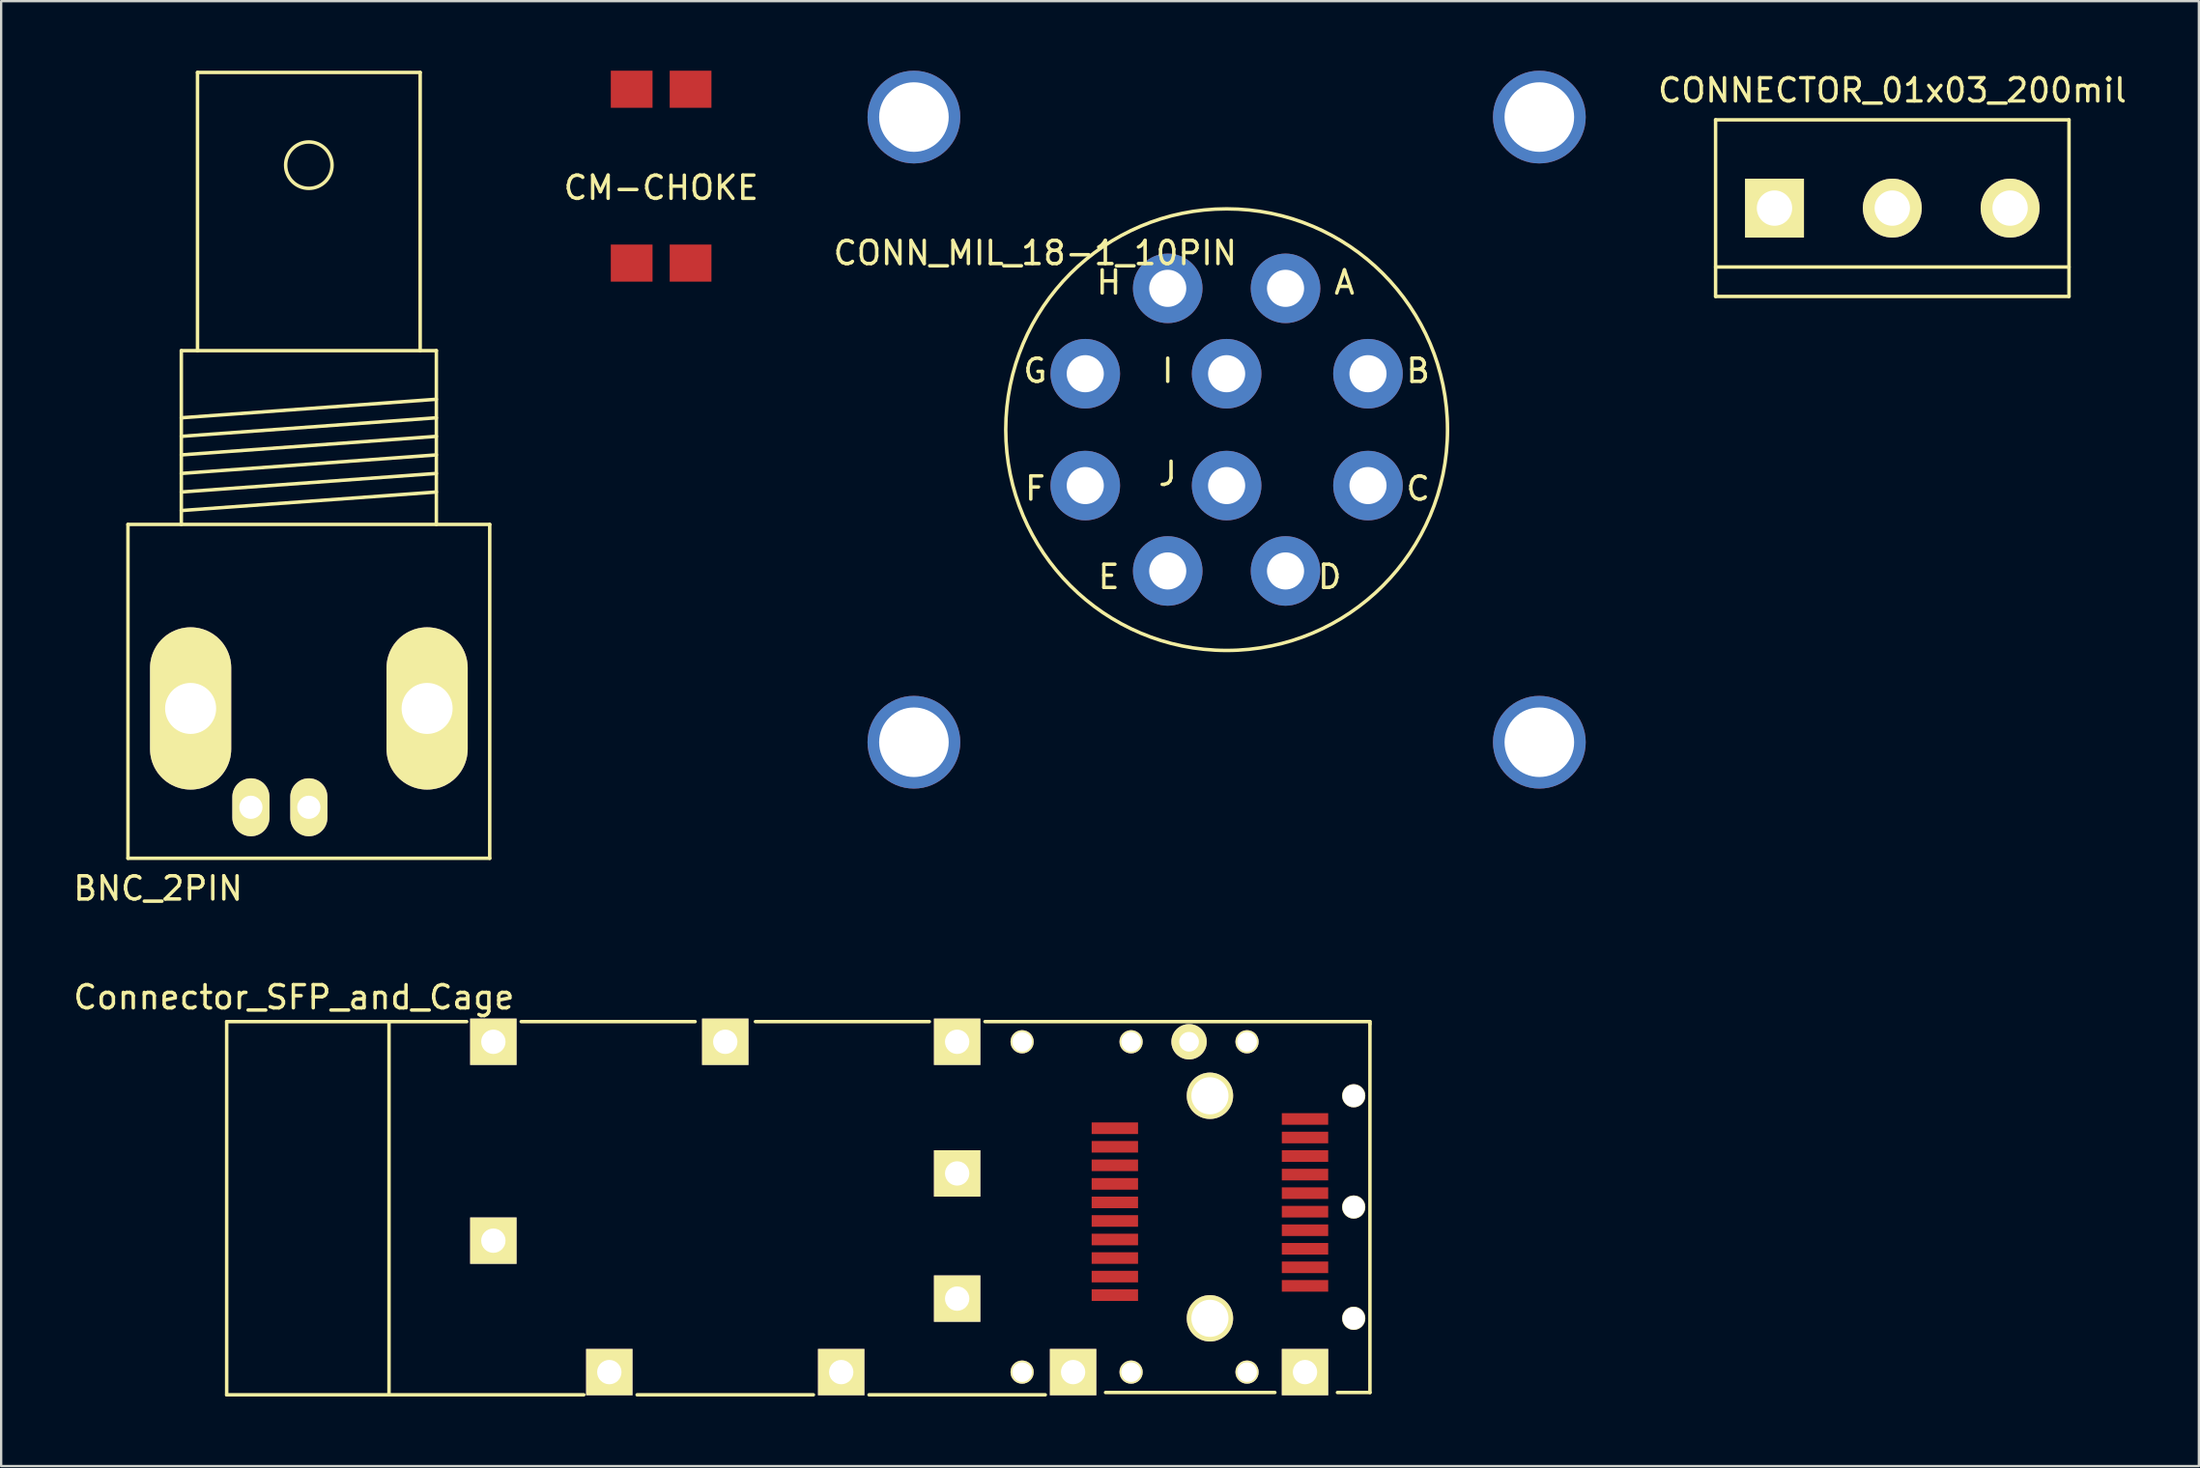
<source format=kicad_pcb>
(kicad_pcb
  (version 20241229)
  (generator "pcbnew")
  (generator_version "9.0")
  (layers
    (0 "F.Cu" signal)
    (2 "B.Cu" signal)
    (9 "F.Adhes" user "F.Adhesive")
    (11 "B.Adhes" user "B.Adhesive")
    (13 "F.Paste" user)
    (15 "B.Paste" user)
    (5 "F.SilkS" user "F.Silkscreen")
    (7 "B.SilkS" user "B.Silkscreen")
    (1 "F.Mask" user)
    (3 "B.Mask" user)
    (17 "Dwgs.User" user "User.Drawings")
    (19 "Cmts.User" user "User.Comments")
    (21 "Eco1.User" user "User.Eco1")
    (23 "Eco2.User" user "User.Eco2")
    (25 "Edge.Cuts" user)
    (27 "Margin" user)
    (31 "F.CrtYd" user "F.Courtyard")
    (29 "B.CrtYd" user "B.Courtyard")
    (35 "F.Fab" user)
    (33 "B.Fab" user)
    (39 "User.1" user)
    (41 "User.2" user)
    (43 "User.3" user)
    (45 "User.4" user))
  (footprint "Connector_SFP_and_Cage"
    (layer "F.Cu")
    (at 48.225 53.822)
    (property "Reference" "Connector_SFP_and_Cage" (at -38.6 -13.85 0) (layer "F.SilkS") (effects (font (size 1 1) (thickness 0.15))))
    (attr through_hole)
    (fp_line (start -41.5 -12.8) (end -41.5 3.3) (stroke (width 0.15) (type solid)) (layer "F.SilkS"))
    (fp_line (start -34.5 3.3) (end -41.5 3.3) (stroke (width 0.15) (type solid)) (layer "F.SilkS"))
    (fp_line (start -34.5 3.3) (end -34.5 -12.8) (stroke (width 0.15) (type solid)) (layer "F.SilkS"))
    (fp_line (start -31.15 -12.8) (end -41.5 -12.8) (stroke (width 0.15) (type solid)) (layer "F.SilkS"))
    (fp_line (start -26.1 3.3) (end -34.5 3.3) (stroke (width 0.15) (type solid)) (layer "F.SilkS"))
    (fp_line (start -23.8 3.3) (end -16.2 3.3) (stroke (width 0.15) (type solid)) (layer "F.SilkS"))
    (fp_line (start -21.3 -12.8) (end -28.8 -12.8) (stroke (width 0.15) (type solid)) (layer "F.SilkS"))
    (fp_line (start -13.8 3.3) (end -6.2 3.3) (stroke (width 0.15) (type solid)) (layer "F.SilkS"))
    (fp_line (start -11.2 -12.8) (end -18.7 -12.8) (stroke (width 0.15) (type solid)) (layer "F.SilkS"))
    (fp_line (start -3.6 3.2) (end 3.7 3.2) (stroke (width 0.15) (type solid)) (layer "F.SilkS"))
    (fp_line (start 6.4 3.2) (end 7.8 3.2) (stroke (width 0.15) (type solid)) (layer "F.SilkS"))
    (fp_line (start 7.8 -12.8) (end -8.8 -12.8) (stroke (width 0.15) (type solid)) (layer "F.SilkS"))
    (fp_line (start 7.8 -12.7) (end 7.8 -12.8) (stroke (width 0.15) (type solid)) (layer "F.SilkS"))
    (fp_line (start 7.8 3.2) (end 7.8 -12.7) (stroke (width 0.15) (type solid)) (layer "F.SilkS"))
    (pad "" np_thru_hole circle (at -7.2 -11.93) (size 1 1) (drill 0.85) (layers "*.Cu" "*.Mask" "F.SilkS"))
    (pad "" np_thru_hole circle (at -7.2 2.32) (size 1 1) (drill 0.85) (layers "*.Cu" "*.Mask" "F.SilkS"))
    (pad "" np_thru_hole circle (at -2.5 -11.93) (size 1 1) (drill 0.85) (layers "*.Cu" "*.Mask" "F.SilkS"))
    (pad "" np_thru_hole circle (at -2.5 2.32) (size 1 1) (drill 0.85) (layers "*.Cu" "*.Mask" "F.SilkS"))
    (pad "" np_thru_hole circle (at 0 -11.93) (size 1.524 1.524) (drill 0.85) (layers "*.Cu" "*.Mask" "F.SilkS"))
    (pad "" np_thru_hole circle (at 0.9 -9.6) (size 2 2) (drill 1.6) (layers "*.Cu" "*.Mask" "F.SilkS"))
    (pad "" np_thru_hole circle (at 0.9 0) (size 2 2) (drill 1.6) (layers "*.Cu" "*.Mask" "F.SilkS"))
    (pad "" np_thru_hole circle (at 2.5 -11.93) (size 1 1) (drill 0.85) (layers "*.Cu" "*.Mask" "F.SilkS"))
    (pad "" np_thru_hole circle (at 2.5 2.32) (size 1 1) (drill 0.85) (layers "*.Cu" "*.Mask" "F.SilkS"))
    (pad "" np_thru_hole circle (at 7.1 -9.6) (size 1 1) (drill 0.95) (layers "*.Cu" "*.Mask" "F.SilkS"))
    (pad "" np_thru_hole circle (at 7.1 -4.8) (size 1 1) (drill 0.95) (layers "*.Cu" "*.Mask" "F.SilkS"))
    (pad "" np_thru_hole circle (at 7.1 0) (size 1 1) (drill 0.95) (layers "*.Cu" "*.Mask" "F.SilkS"))
    (pad "1" smd rect (at -3.2 -8.2) (size 2 0.5) (layers "F.Cu" "F.Mask" "F.Paste"))
    (pad "2" smd rect (at -3.2 -7.4) (size 2 0.5) (layers "F.Cu" "F.Mask" "F.Paste"))
    (pad "3" smd rect (at -3.2 -6.6) (size 2 0.5) (layers "F.Cu" "F.Mask" "F.Paste"))
    (pad "4" smd rect (at -3.2 -5.8) (size 2 0.5) (layers "F.Cu" "F.Mask" "F.Paste"))
    (pad "5" smd rect (at -3.2 -5) (size 2 0.5) (layers "F.Cu" "F.Mask" "F.Paste"))
    (pad "6" smd rect (at -3.2 -4.2) (size 2 0.5) (layers "F.Cu" "F.Mask" "F.Paste"))
    (pad "7" smd rect (at -3.2 -3.4) (size 2 0.5) (layers "F.Cu" "F.Mask" "F.Paste"))
    (pad "8" smd rect (at -3.2 -2.6) (size 2 0.5) (layers "F.Cu" "F.Mask" "F.Paste"))
    (pad "9" smd rect (at -3.2 -1.8) (size 2 0.5) (layers "F.Cu" "F.Mask" "F.Paste"))
    (pad "10" smd rect (at -3.2 -1) (size 2 0.5) (layers "F.Cu" "F.Mask" "F.Paste"))
    (pad "11" smd rect (at 5 -1.4) (size 2 0.5) (layers "F.Cu" "F.Mask" "F.Paste"))
    (pad "12" smd rect (at 5 -2.2) (size 2 0.5) (layers "F.Cu" "F.Mask" "F.Paste"))
    (pad "13" smd rect (at 5 -3) (size 2 0.5) (layers "F.Cu" "F.Mask" "F.Paste"))
    (pad "14" smd rect (at 5 -3.8) (size 2 0.5) (layers "F.Cu" "F.Mask" "F.Paste"))
    (pad "15" smd rect (at 5 -4.6) (size 2 0.5) (layers "F.Cu" "F.Mask" "F.Paste"))
    (pad "16" smd rect (at 5 -5.4) (size 2 0.5) (layers "F.Cu" "F.Mask" "F.Paste"))
    (pad "17" smd rect (at 5 -6.2) (size 2 0.5) (layers "F.Cu" "F.Mask" "F.Paste"))
    (pad "18" smd rect (at 5 -7) (size 2 0.5) (layers "F.Cu" "F.Mask" "F.Paste"))
    (pad "19" smd rect (at 5 -7.8) (size 2 0.5) (layers "F.Cu" "F.Mask" "F.Paste"))
    (pad "20" smd rect (at 5 -8.6) (size 2 0.5) (layers "F.Cu" "F.Mask" "F.Paste"))
    (pad "CAGE" thru_hole rect (at -30 -11.93) (size 2 2) (drill 1.05) (layers "*.Cu" "*.Mask" "F.SilkS"))
    (pad "CAGE" thru_hole rect (at -30 -3.35) (size 2 2) (drill 1.05) (layers "*.Cu" "*.Mask" "F.SilkS"))
    (pad "CAGE" thru_hole rect (at -25 2.32) (size 2 2) (drill 1.05) (layers "*.Cu" "*.Mask" "F.SilkS"))
    (pad "CAGE" thru_hole rect (at -20 -11.93) (size 2 2) (drill 1.05) (layers "*.Cu" "*.Mask" "F.SilkS"))
    (pad "CAGE" thru_hole rect (at -15 2.32) (size 2 2) (drill 1.05) (layers "*.Cu" "*.Mask" "F.SilkS"))
    (pad "CAGE" thru_hole rect (at -10 -11.93) (size 2 2) (drill 1.05) (layers "*.Cu" "*.Mask" "F.SilkS"))
    (pad "CAGE" thru_hole rect (at -10 -6.25) (size 2 2) (drill 1.05) (layers "*.Cu" "*.Mask" "F.SilkS"))
    (pad "CAGE" thru_hole rect (at -10 -0.85) (size 2 2) (drill 1.05) (layers "*.Cu" "*.Mask" "F.SilkS"))
    (pad "CAGE" thru_hole rect (at -5 2.32) (size 2 2) (drill 1.05) (layers "*.Cu" "*.Mask" "F.SilkS"))
    (pad "CAGE" thru_hole rect (at 5 2.32) (size 2 2) (drill 1.05) (layers "*.Cu" "*.Mask" "F.SilkS")))
  (footprint "CONNECTOR_01x03_200mil"
    (layer "F.Cu")
    (at 78.55 5.928)
    (property "Reference" "CONNECTOR_01x03_200mil" (at 0 -5.08 0) (layer "F.SilkS") (effects (font (size 1 1) (thickness 0.15))))
    (attr through_hole)
    (fp_line (start -7.62 -3.81) (end 7.62 -3.81) (stroke (width 0.15) (type solid)) (layer "F.SilkS"))
    (fp_line (start -7.62 2.54) (end 7.62 2.54) (stroke (width 0.15) (type solid)) (layer "F.SilkS"))
    (fp_line (start -7.62 3.81) (end -7.62 -3.81) (stroke (width 0.15) (type solid)) (layer "F.SilkS"))
    (fp_line (start -7.62 3.81) (end 7.62 3.81) (stroke (width 0.15) (type solid)) (layer "F.SilkS"))
    (fp_line (start 7.62 3.81) (end 7.62 -3.81) (stroke (width 0.15) (type solid)) (layer "F.SilkS"))
    (pad "1" thru_hole rect (at -5.08 0) (size 2.54 2.54) (drill 1.524) (layers "*.Cu" "*.Mask" "F.SilkS"))
    (pad "2" thru_hole circle (at 0 0) (size 2.54 2.54) (drill 1.524) (layers "*.Cu" "*.Mask" "F.SilkS"))
    (pad "3" thru_hole circle (at 5.08 0) (size 2.54 2.54) (drill 1.524) (layers "*.Cu" "*.Mask" "F.SilkS")))
  (footprint "BNC_2PIN"
    (layer "F.Cu")
    (at 10.268 26.775)
    (property "Reference" "BNC_2PIN" (at -6.5 8.5 0) (layer "F.SilkS") (effects (font (size 1 1) (thickness 0.15))))
    (attr through_hole)
    (fp_line (start -7.8 -7.201) (end -7.8 7.201) (stroke (width 0.15) (type solid)) (layer "F.SilkS"))
    (fp_line (start -7.8 7.201) (end 7.8 7.201) (stroke (width 0.15) (type solid)) (layer "F.SilkS"))
    (fp_line (start -5.499 -14.699) (end -5.499 -7.201) (stroke (width 0.15) (type solid)) (layer "F.SilkS"))
    (fp_line (start -5.499 -11.801) (end 5.499 -12.601) (stroke (width 0.15) (type solid)) (layer "F.SilkS"))
    (fp_line (start -5.499 -11.001) (end 5.499 -11.801) (stroke (width 0.15) (type solid)) (layer "F.SilkS"))
    (fp_line (start -5.499 -10.201) (end 5.499 -11.001) (stroke (width 0.15) (type solid)) (layer "F.SilkS"))
    (fp_line (start -5.499 -9.401) (end 5.499 -10.201) (stroke (width 0.15) (type solid)) (layer "F.SilkS"))
    (fp_line (start -5.499 -8.6) (end 5.499 -9.401) (stroke (width 0.15) (type solid)) (layer "F.SilkS"))
    (fp_line (start -5.499 -7.8) (end 5.499 -8.6) (stroke (width 0.15) (type solid)) (layer "F.SilkS"))
    (fp_line (start -4.801 -26.7) (end -4.801 -14.699) (stroke (width 0.15) (type solid)) (layer "F.SilkS"))
    (fp_line (start 4.801 -26.7) (end -4.801 -26.7) (stroke (width 0.15) (type solid)) (layer "F.SilkS"))
    (fp_line (start 4.801 -14.699) (end 4.801 -26.7) (stroke (width 0.15) (type solid)) (layer "F.SilkS"))
    (fp_line (start 5.499 -14.699) (end -5.499 -14.699) (stroke (width 0.15) (type solid)) (layer "F.SilkS"))
    (fp_line (start 5.499 -7.201) (end 5.499 -14.699) (stroke (width 0.15) (type solid)) (layer "F.SilkS"))
    (fp_line (start 7.8 -7.201) (end -7.8 -7.201) (stroke (width 0.15) (type solid)) (layer "F.SilkS"))
    (fp_line (start 7.8 7.201) (end 7.8 -7.201) (stroke (width 0.15) (type solid)) (layer "F.SilkS"))
    (fp_circle (center 0 -22.7) (end 1.001 -22.7) (stroke (width 0.15) (type solid)) (fill no) (layer "F.SilkS"))
    (pad "1" thru_hole oval (at 0 5.001) (size 1.6 2.499) (drill 1.001) (layers "*.Cu" "*.Mask" "F.SilkS"))
    (pad "2" thru_hole oval (at -5.098 0.737) (size 3.5 7) (drill 2.2) (layers "*.Cu" "*.Mask" "F.SilkS"))
    (pad "2" thru_hole oval (at -2.499 5.001) (size 1.6 2.499) (drill 1.001) (layers "*.Cu" "*.Mask" "F.SilkS"))
    (pad "2" thru_hole oval (at 5.1 0.737) (size 3.5 7) (drill 2.2) (layers "*.Cu" "*.Mask" "F.SilkS")))
  (footprint "CM-CHOKE"
    (layer "F.Cu")
    (at 25.459 4.55)
    (property "Reference" "CM-CHOKE" (at 0 0.5 0) (layer "F.SilkS") (effects (font (size 1 1) (thickness 0.15))))
    (attr through_hole)
    (pad "1" smd rect (at 1.27 -3.75) (size 1.8 1.6) (layers "F.Cu" "F.Mask" "F.Paste"))
    (pad "2" smd rect (at -1.27 -3.75) (size 1.8 1.6) (layers "F.Cu" "F.Mask" "F.Paste"))
    (pad "3" smd rect (at -1.27 3.75) (size 1.8 1.6) (layers "F.Cu" "F.Mask" "F.Paste"))
    (pad "4" smd rect (at 1.27 3.75) (size 1.8 1.6) (layers "F.Cu" "F.Mask" "F.Paste")))
  (footprint "CONN_MIL_18-1_10PIN"
    (layer "F.Cu")
    (at 49.845 15.485)
    (property "Reference" "CONN_MIL_18-1_10PIN" (at -8.255 -7.62 0) (layer "F.SilkS") (effects (font (size 1 1) (thickness 0.15))))
    (attr through_hole)
    (fp_circle (center 0 0) (end 9.525 0) (stroke (width 0.15) (type solid)) (fill no) (layer "F.SilkS"))
    (fp_text user "J" (at -2.54 1.905 0) (layer "F.SilkS") (effects (font (size 1 1) (thickness 0.15))))
    (fp_text user "B" (at 8.255 -2.54 0) (layer "F.SilkS") (effects (font (size 1 1) (thickness 0.15))))
    (fp_text user "G" (at -8.255 -2.54 0) (layer "F.SilkS") (effects (font (size 1 1) (thickness 0.15))))
    (fp_text user "A" (at 5.08 -6.35 0) (layer "F.SilkS") (effects (font (size 1 1) (thickness 0.15))))
    (fp_text user "F" (at -8.255 2.54 0) (layer "F.SilkS") (effects (font (size 1 1) (thickness 0.15))))
    (fp_text user "H" (at -5.08 -6.35 0) (layer "F.SilkS") (effects (font (size 1 1) (thickness 0.15))))
    (fp_text user "C" (at 8.255 2.54 0) (layer "F.SilkS") (effects (font (size 1 1) (thickness 0.15))))
    (fp_text user "I" (at -2.54 -2.54 0) (layer "F.SilkS") (effects (font (size 1 1) (thickness 0.15))))
    (fp_text user "E" (at -5.08 6.35 0) (layer "F.SilkS") (effects (font (size 1 1) (thickness 0.15))))
    (fp_text user "D" (at 4.445 6.35 0) (layer "F.SilkS") (effects (font (size 1 1) (thickness 0.15))))
    (pad "" np_thru_hole circle (at -13.485 -13.485) (size 4 4) (drill 3) (layers "*.Cu" "*.Mask"))
    (pad "" np_thru_hole circle (at -13.485 13.485) (size 4 4) (drill 3) (layers "*.Cu" "*.Mask"))
    (pad "" np_thru_hole circle (at 13.485 -13.485) (size 4 4) (drill 3) (layers "*.Cu" "*.Mask"))
    (pad "" np_thru_hole circle (at 13.485 13.485) (size 4 4) (drill 3) (layers "*.Cu" "*.Mask"))
    (pad "1" thru_hole circle (at 2.54 -6.096) (size 3 3) (drill 1.6) (layers "*.Cu" "*.Mask"))
    (pad "2" thru_hole circle (at 6.096 -2.413) (size 3 3) (drill 1.6) (layers "*.Cu" "*.Mask"))
    (pad "3" thru_hole circle (at 6.096 2.413) (size 3 3) (drill 1.6) (layers "*.Cu" "*.Mask"))
    (pad "4" thru_hole circle (at 2.54 6.096) (size 3 3) (drill 1.6) (layers "*.Cu" "*.Mask"))
    (pad "5" thru_hole circle (at -2.54 6.096) (size 3 3) (drill 1.6) (layers "*.Cu" "*.Mask"))
    (pad "6" thru_hole circle (at -6.096 2.413) (size 3 3) (drill 1.6) (layers "*.Cu" "*.Mask"))
    (pad "7" thru_hole circle (at -6.096 -2.413) (size 3 3) (drill 1.6) (layers "*.Cu" "*.Mask"))
    (pad "8" thru_hole circle (at -2.54 -6.096) (size 3 3) (drill 1.6) (layers "*.Cu" "*.Mask"))
    (pad "9" thru_hole circle (at 0 -2.413) (size 3 3) (drill 1.6) (layers "*.Cu" "*.Mask"))
    (pad "10" thru_hole circle (at 0 2.413) (size 3 3) (drill 1.6) (layers "*.Cu" "*.Mask")))
  (gr_rect
    (start -3 -3)
    (end 91.77 60.197)
    (stroke (width 0.1) (type default))
    (fill no)
    (layer "Edge.Cuts")))
</source>
